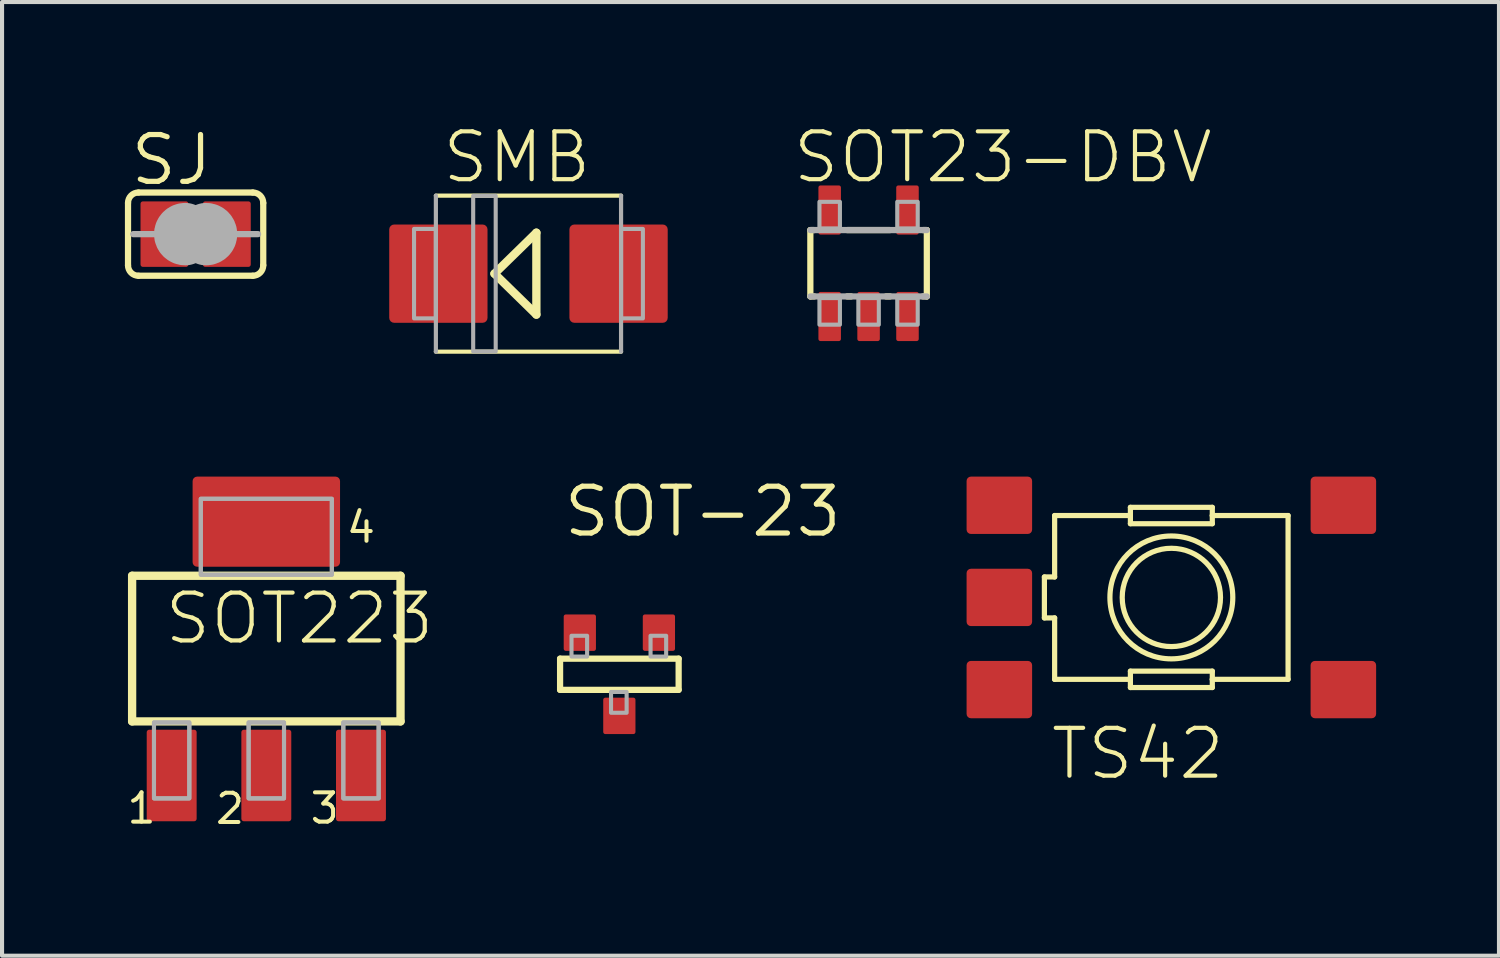
<source format=kicad_pcb>
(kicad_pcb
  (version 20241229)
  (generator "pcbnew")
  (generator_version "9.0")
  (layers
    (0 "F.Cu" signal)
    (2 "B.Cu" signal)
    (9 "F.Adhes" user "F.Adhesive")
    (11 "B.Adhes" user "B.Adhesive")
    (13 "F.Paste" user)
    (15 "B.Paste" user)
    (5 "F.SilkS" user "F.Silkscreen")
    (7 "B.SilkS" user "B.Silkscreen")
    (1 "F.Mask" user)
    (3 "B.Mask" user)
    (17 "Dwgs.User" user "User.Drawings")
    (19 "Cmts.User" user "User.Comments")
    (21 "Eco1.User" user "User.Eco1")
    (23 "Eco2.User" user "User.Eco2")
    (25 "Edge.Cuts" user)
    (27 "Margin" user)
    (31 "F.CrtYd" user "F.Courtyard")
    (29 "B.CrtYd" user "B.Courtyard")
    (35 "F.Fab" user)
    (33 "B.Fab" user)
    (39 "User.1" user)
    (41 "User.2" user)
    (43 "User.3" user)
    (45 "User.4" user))
  (footprint "SOT-23"
    (layer "F.Cu")
    (at 12.048 13.414)
    (property "Reference" "SOT-23" (at -1.397 -3.302 0) (layer "F.SilkS") (effects (font (size 1.143 1.143) (thickness 0.127)) (justify left bottom)))
    (fp_line (start -1.422 -0.381) (end 1.473 -0.381) (stroke (width 0.152) (type solid)) (layer "F.SilkS"))
    (fp_line (start -1.422 0.381) (end -1.422 -0.381) (stroke (width 0.152) (type solid)) (layer "F.SilkS"))
    (fp_line (start 1.473 -0.381) (end 1.473 0.381) (stroke (width 0.152) (type solid)) (layer "F.SilkS"))
    (fp_line (start 1.473 0.381) (end -1.422 0.381) (stroke (width 0.152) (type solid)) (layer "F.SilkS"))
    (fp_poly (pts (xy -1.143 -0.432) (xy -0.762 -0.432) (xy -0.762 -0.94) (xy -1.143 -0.94)) (stroke (width 0.1) (type solid)) (fill no) (layer "F.Fab"))
    (fp_poly (pts (xy -0.178 0.94) (xy 0.203 0.94) (xy 0.203 0.432) (xy -0.178 0.432)) (stroke (width 0.1) (type solid)) (fill no) (layer "F.Fab"))
    (fp_poly (pts (xy 0.787 -0.432) (xy 1.168 -0.432) (xy 1.168 -0.94) (xy 0.787 -0.94)) (stroke (width 0.1) (type solid)) (fill no) (layer "F.Fab"))
    (pad "1" smd roundrect (at 0.025 1.016) (size 0.787 0.889) (layers "F.Cu" "F.Mask" "F.Paste") (roundrect_rratio 0.065))
    (pad "2" smd roundrect (at -0.94 -1.016) (size 0.787 0.889) (layers "F.Cu" "F.Mask" "F.Paste") (roundrect_rratio 0.065))
    (pad "3" smd roundrect (at 0.991 -1.016) (size 0.787 0.889) (layers "F.Cu" "F.Mask" "F.Paste") (roundrect_rratio 0.065)))
  (footprint "SOT23-DBV"
    (layer "F.Cu")
    (at 18.159 3.378)
    (property "Reference" "SOT23-DBV" (at -1.905 -1.905 0) (layer "F.SilkS") (effects (font (size 1.168 1.168) (thickness 0.102)) (justify left bottom)))
    (fp_line (start -1.422 -0.81) (end -1.328 -0.81) (stroke (width 0.152) (type solid)) (layer "F.SilkS"))
    (fp_line (start -1.422 0.81) (end -1.422 -0.81) (stroke (width 0.152) (type solid)) (layer "F.SilkS"))
    (fp_line (start -1.328 0.81) (end -1.422 0.81) (stroke (width 0.152) (type solid)) (layer "F.SilkS"))
    (fp_line (start -0.522 -0.81) (end 0.522 -0.81) (stroke (width 0.152) (type solid)) (layer "F.SilkS"))
    (fp_line (start -0.428 0.81) (end -0.522 0.81) (stroke (width 0.152) (type solid)) (layer "F.SilkS"))
    (fp_line (start 0.522 0.81) (end 0.428 0.81) (stroke (width 0.152) (type solid)) (layer "F.SilkS"))
    (fp_line (start 1.328 -0.81) (end 1.422 -0.81) (stroke (width 0.152) (type solid)) (layer "F.SilkS"))
    (fp_line (start 1.422 -0.81) (end 1.422 0.81) (stroke (width 0.152) (type solid)) (layer "F.SilkS"))
    (fp_line (start 1.422 0.81) (end 1.328 0.81) (stroke (width 0.152) (type solid)) (layer "F.SilkS"))
    (fp_line (start -1.422 -0.81) (end 1.422 -0.81) (stroke (width 0.152) (type solid)) (layer "F.Fab"))
    (fp_line (start 1.422 0.81) (end -1.422 0.81) (stroke (width 0.152) (type solid)) (layer "F.Fab"))
    (fp_poly (pts (xy -1.2 -0.85) (xy -0.7 -0.85) (xy -0.7 -1.5) (xy -1.2 -1.5)) (stroke (width 0.1) (type solid)) (fill no) (layer "F.Fab"))
    (fp_poly (pts (xy -1.2 1.5) (xy -0.7 1.5) (xy -0.7 0.85) (xy -1.2 0.85)) (stroke (width 0.1) (type solid)) (fill no) (layer "F.Fab"))
    (fp_poly (pts (xy -0.25 1.5) (xy 0.25 1.5) (xy 0.25 0.85) (xy -0.25 0.85)) (stroke (width 0.1) (type solid)) (fill no) (layer "F.Fab"))
    (fp_poly (pts (xy 0.7 -0.85) (xy 1.2 -0.85) (xy 1.2 -1.5) (xy 0.7 -1.5)) (stroke (width 0.1) (type solid)) (fill no) (layer "F.Fab"))
    (fp_poly (pts (xy 0.7 1.5) (xy 1.2 1.5) (xy 1.2 0.85) (xy 0.7 0.85)) (stroke (width 0.1) (type solid)) (fill no) (layer "F.Fab"))
    (pad "1" smd roundrect (at -0.95 1.3) (size 0.55 1.2) (layers "F.Cu" "F.Mask" "F.Paste") (roundrect_rratio 0.092))
    (pad "2" smd roundrect (at 0 1.3) (size 0.55 1.2) (layers "F.Cu" "F.Mask" "F.Paste") (roundrect_rratio 0.092))
    (pad "3" smd roundrect (at 0.95 1.3) (size 0.55 1.2) (layers "F.Cu" "F.Mask" "F.Paste") (roundrect_rratio 0.092))
    (pad "4" smd roundrect (at 0.95 -1.3) (size 0.55 1.2) (layers "F.Cu" "F.Mask" "F.Paste") (roundrect_rratio 0.092))
    (pad "5" smd roundrect (at -0.95 -1.3) (size 0.55 1.2) (layers "F.Cu" "F.Mask" "F.Paste") (roundrect_rratio 0.092)))
  (footprint "SOT223"
    (layer "F.Cu")
    (at 3.453 12.787)
    (property "Reference" "SOT223" (at -2.54 -0.051 0) (layer "F.SilkS") (effects (font (size 1.168 1.168) (thickness 0.102)) (justify left bottom)))
    (fp_line (start -3.277 -1.778) (end 3.277 -1.778) (stroke (width 0.203) (type solid)) (layer "F.SilkS"))
    (fp_line (start -3.277 1.778) (end -3.277 -1.778) (stroke (width 0.203) (type solid)) (layer "F.SilkS"))
    (fp_line (start 3.277 -1.778) (end 3.277 1.778) (stroke (width 0.203) (type solid)) (layer "F.SilkS"))
    (fp_line (start 3.277 1.778) (end -3.277 1.778) (stroke (width 0.203) (type solid)) (layer "F.SilkS"))
    (fp_poly (pts (xy -2.743 3.658) (xy -1.88 3.658) (xy -1.88 1.803) (xy -2.743 1.803)) (stroke (width 0.1) (type solid)) (fill no) (layer "F.Fab"))
    (fp_poly (pts (xy -2.743 3.658) (xy -1.88 3.658) (xy -1.88 1.803) (xy -2.743 1.803)) (stroke (width 0.1) (type solid)) (fill no) (layer "F.Fab"))
    (fp_poly (pts (xy -1.6 -1.803) (xy 1.6 -1.803) (xy 1.6 -3.658) (xy -1.6 -3.658)) (stroke (width 0.1) (type solid)) (fill no) (layer "F.Fab"))
    (fp_poly (pts (xy -1.6 -1.803) (xy 1.6 -1.803) (xy 1.6 -3.658) (xy -1.6 -3.658)) (stroke (width 0.1) (type solid)) (fill no) (layer "F.Fab"))
    (fp_poly (pts (xy -0.432 3.658) (xy 0.432 3.658) (xy 0.432 1.803) (xy -0.432 1.803)) (stroke (width 0.1) (type solid)) (fill no) (layer "F.Fab"))
    (fp_poly (pts (xy -0.432 3.658) (xy 0.432 3.658) (xy 0.432 1.803) (xy -0.432 1.803)) (stroke (width 0.1) (type solid)) (fill no) (layer "F.Fab"))
    (fp_poly (pts (xy 1.88 3.658) (xy 2.743 3.658) (xy 2.743 1.803) (xy 1.88 1.803)) (stroke (width 0.1) (type solid)) (fill no) (layer "F.Fab"))
    (fp_poly (pts (xy 1.88 3.658) (xy 2.743 3.658) (xy 2.743 1.803) (xy 1.88 1.803)) (stroke (width 0.1) (type solid)) (fill no) (layer "F.Fab"))
    (fp_text user "1" (at -3.453 4.318 0) (layer "F.SilkS") (effects (font (size 0.715 0.715) (thickness 0.098)) (justify left bottom)))
    (fp_text user "3" (at 1.021 4.318 0) (layer "F.SilkS") (effects (font (size 0.715 0.715) (thickness 0.098)) (justify left bottom)))
    (fp_text user "2" (at -1.291 4.327 0) (layer "F.SilkS") (effects (font (size 0.715 0.715) (thickness 0.098)) (justify left bottom)))
    (fp_text user "4" (at 1.905 -2.54 0) (layer "F.SilkS") (effects (font (size 0.715 0.715) (thickness 0.098)) (justify left bottom)))
    (pad "1" smd roundrect (at -2.311 3.099) (size 1.219 2.235) (layers "F.Cu" "F.Mask" "F.Paste") (roundrect_rratio 0.05))
    (pad "2" smd roundrect (at 0 3.099) (size 1.219 2.235) (layers "F.Cu" "F.Mask" "F.Paste") (roundrect_rratio 0.05))
    (pad "3" smd roundrect (at 2.311 3.099) (size 1.219 2.235) (layers "F.Cu" "F.Mask" "F.Paste") (roundrect_rratio 0.05))
    (pad "4" smd roundrect (at 0 -3.099) (size 3.6 2.2) (layers "F.Cu" "F.Mask" "F.Paste") (roundrect_rratio 0.05)))
  (footprint "SMB"
    (layer "F.Cu")
    (at 9.854 3.632)
    (property "Reference" "SMB" (at -2.159 -2.159 0) (layer "F.SilkS") (effects (font (size 1.168 1.168) (thickness 0.102)) (justify left bottom)))
    (fp_line (start -2.261 -1.905) (end 2.261 -1.905) (stroke (width 0.102) (type solid)) (layer "F.SilkS"))
    (fp_line (start -2.261 1.905) (end 2.261 1.905) (stroke (width 0.102) (type solid)) (layer "F.SilkS"))
    (fp_line (start -0.83 0) (end 0.193 1) (stroke (width 0.203) (type solid)) (layer "F.SilkS"))
    (fp_line (start 0.193 -1) (end -0.83 0) (stroke (width 0.203) (type solid)) (layer "F.SilkS"))
    (fp_line (start 0.193 1) (end 0.193 -1) (stroke (width 0.203) (type solid)) (layer "F.SilkS"))
    (fp_line (start -2.261 1.905) (end -2.261 -1.905) (stroke (width 0.102) (type solid)) (layer "F.Fab"))
    (fp_line (start 2.261 1.905) (end 2.261 -1.905) (stroke (width 0.102) (type solid)) (layer "F.Fab"))
    (fp_poly (pts (xy -2.794 1.092) (xy -2.261 1.092) (xy -2.261 -1.092) (xy -2.794 -1.092)) (stroke (width 0.1) (type solid)) (fill no) (layer "F.Fab"))
    (fp_poly (pts (xy -1.35 1.9) (xy -0.8 1.9) (xy -0.8 -1.9) (xy -1.35 -1.9)) (stroke (width 0.1) (type solid)) (fill no) (layer "F.Fab"))
    (fp_poly (pts (xy 2.261 1.092) (xy 2.794 1.092) (xy 2.794 -1.092) (xy 2.261 -1.092)) (stroke (width 0.1) (type solid)) (fill no) (layer "F.Fab"))
    (pad "A" smd roundrect (at 2.2 0) (size 2.4 2.4) (layers "F.Cu" "F.Mask" "F.Paste") (roundrect_rratio 0.05))
    (pad "C" smd roundrect (at -2.2 0) (size 2.4 2.4) (layers "F.Cu" "F.Mask" "F.Paste") (roundrect_rratio 0.05)))
  (footprint "SJ"
    (layer "F.Cu")
    (at 1.727 2.667)
    (property "Reference" "SJ" (at -1.651 -1.143 0) (layer "F.SilkS") (effects (font (size 1.143 1.143) (thickness 0.127)) (justify left bottom)))
    (fp_poly (pts (xy -0.076 0.914) (xy 0.076 0.914) (xy 0.076 -0.914) (xy -0.076 -0.914)) (stroke (width 0) (type solid)) (fill yes) (layer "F.Mask"))
    (fp_line (start -1.651 0.762) (end -1.651 -0.762) (stroke (width 0.152) (type solid)) (layer "F.SilkS"))
    (fp_line (start -1.397 -1.016) (end 1.397 -1.016) (stroke (width 0.152) (type solid)) (layer "F.SilkS"))
    (fp_line (start 1.397 1.016) (end -1.397 1.016) (stroke (width 0.152) (type solid)) (layer "F.SilkS"))
    (fp_line (start 1.651 0.762) (end 1.651 -0.762) (stroke (width 0.152) (type solid)) (layer "F.SilkS"))
    (fp_arc (start -1.651 -0.762) (mid -1.576605 -0.941605) (end -1.397 -1.016) (stroke (width 0.1524) (type solid)) (layer "F.SilkS"))
    (fp_arc (start -1.397 1.016) (mid -1.576605 0.941605) (end -1.651 0.762) (stroke (width 0.1524) (type solid)) (layer "F.SilkS"))
    (fp_arc (start 1.397 -1.016) (mid 1.576605 -0.941605) (end 1.651 -0.762) (stroke (width 0.1524) (type solid)) (layer "F.SilkS"))
    (fp_arc (start 1.651 0.762) (mid 1.576605 0.941605) (end 1.397 1.016) (stroke (width 0.1524) (type solid)) (layer "F.SilkS"))
    (fp_line (start -1.016 0) (end -1.524 0) (stroke (width 0.152) (type solid)) (layer "F.Fab"))
    (fp_line (start 1.016 0) (end 1.524 0) (stroke (width 0.152) (type solid)) (layer "F.Fab"))
    (fp_arc (start -0.254 0.127) (mid -0.381 0) (end -0.254 -0.127) (stroke (width 1.27) (type solid)) (layer "F.Fab"))
    (fp_arc (start 0.254 -0.127) (mid 0.381 0) (end 0.254 0.127) (stroke (width 1.27) (type solid)) (layer "F.Fab"))
    (pad "1" smd roundrect (at -0.762 0) (size 1.168 1.6) (layers "F.Cu" "F.Mask" "F.Paste") (roundrect_rratio 0.05))
    (pad "2" smd roundrect (at 0.762 0) (size 1.168 1.6) (layers "F.Cu" "F.Mask" "F.Paste") (roundrect_rratio 0.05)))
  (footprint "TS42"
    (layer "F.Cu")
    (at 25.552 11.538)
    (property "Reference" "TS42" (at -3 4.5 0) (layer "F.SilkS") (effects (font (size 1.168 1.168) (thickness 0.102)) (justify left bottom)))
    (fp_line (start -3.1 -0.5) (end -3.1 0.5) (stroke (width 0.127) (type solid)) (layer "F.SilkS"))
    (fp_line (start -3.1 0.5) (end -2.85 0.5) (stroke (width 0.127) (type solid)) (layer "F.SilkS"))
    (fp_line (start -2.85 -2) (end -2.85 -0.5) (stroke (width 0.127) (type solid)) (layer "F.SilkS"))
    (fp_line (start -2.85 -2) (end -1 -2) (stroke (width 0.127) (type solid)) (layer "F.SilkS"))
    (fp_line (start -2.85 -0.5) (end -3.1 -0.5) (stroke (width 0.127) (type solid)) (layer "F.SilkS"))
    (fp_line (start -2.85 0.5) (end -2.85 2) (stroke (width 0.127) (type solid)) (layer "F.SilkS"))
    (fp_line (start -1 -2.2) (end -1 -2) (stroke (width 0.127) (type solid)) (layer "F.SilkS"))
    (fp_line (start -1 -2) (end -1 -1.8) (stroke (width 0.127) (type solid)) (layer "F.SilkS"))
    (fp_line (start -1 -1.8) (end 1 -1.8) (stroke (width 0.127) (type solid)) (layer "F.SilkS"))
    (fp_line (start -1 1.8) (end -1 2) (stroke (width 0.127) (type solid)) (layer "F.SilkS"))
    (fp_line (start -1 2) (end -2.85 2) (stroke (width 0.127) (type solid)) (layer "F.SilkS"))
    (fp_line (start -1 2) (end -1 2.2) (stroke (width 0.127) (type solid)) (layer "F.SilkS"))
    (fp_line (start -1 2.2) (end 1 2.2) (stroke (width 0.127) (type solid)) (layer "F.SilkS"))
    (fp_line (start 1 -2.2) (end -1 -2.2) (stroke (width 0.127) (type solid)) (layer "F.SilkS"))
    (fp_line (start 1 -2) (end 1 -2.2) (stroke (width 0.127) (type solid)) (layer "F.SilkS"))
    (fp_line (start 1 -2) (end 2.85 -2) (stroke (width 0.127) (type solid)) (layer "F.SilkS"))
    (fp_line (start 1 -1.8) (end 1 -2) (stroke (width 0.127) (type solid)) (layer "F.SilkS"))
    (fp_line (start 1 1.8) (end -1 1.8) (stroke (width 0.127) (type solid)) (layer "F.SilkS"))
    (fp_line (start 1 2) (end 1 1.8) (stroke (width 0.127) (type solid)) (layer "F.SilkS"))
    (fp_line (start 1 2) (end 2.85 2) (stroke (width 0.127) (type solid)) (layer "F.SilkS"))
    (fp_line (start 1 2.2) (end 1 2) (stroke (width 0.127) (type solid)) (layer "F.SilkS"))
    (fp_line (start 2.85 2) (end 2.85 -2) (stroke (width 0.127) (type solid)) (layer "F.SilkS"))
    (fp_circle (center 0 0) (end 1.2 0) (stroke (width 0.127) (type solid)) (fill no) (layer "F.SilkS"))
    (fp_circle (center 0 0) (end 1.5 0) (stroke (width 0.127) (type solid)) (fill no) (layer "F.SilkS"))
    (fp_poly (pts (xy -4.699 0.381) (xy -3.81 0.381) (xy -3.81 -0.381) (xy -4.699 -0.381)) (stroke (width 0) (type solid)) (fill yes) (layer "F.Paste"))
    (pad "1" smd roundrect (at -4.2 -2.25) (size 1.6 1.4) (layers "F.Cu" "F.Mask" "F.Paste") (roundrect_rratio 0.075))
    (pad "2" smd roundrect (at 4.2 -2.25) (size 1.6 1.4) (layers "F.Cu" "F.Mask" "F.Paste") (roundrect_rratio 0.075))
    (pad "3" smd roundrect (at -4.2 2.25) (size 1.6 1.4) (layers "F.Cu" "F.Mask" "F.Paste") (roundrect_rratio 0.075))
    (pad "4" smd roundrect (at 4.2 2.25) (size 1.6 1.4) (layers "F.Cu" "F.Mask" "F.Paste") (roundrect_rratio 0.075))
    (pad "5" smd roundrect (at -4.2 0) (size 1.6 1.4) (layers "F.Cu" "F.Mask") (roundrect_rratio 0.075)))
  (gr_rect
    (start -3 -3)
    (end 33.552 20.286)
    (stroke (width 0.1) (type default))
    (fill no)
    (layer "Edge.Cuts")))
</source>
